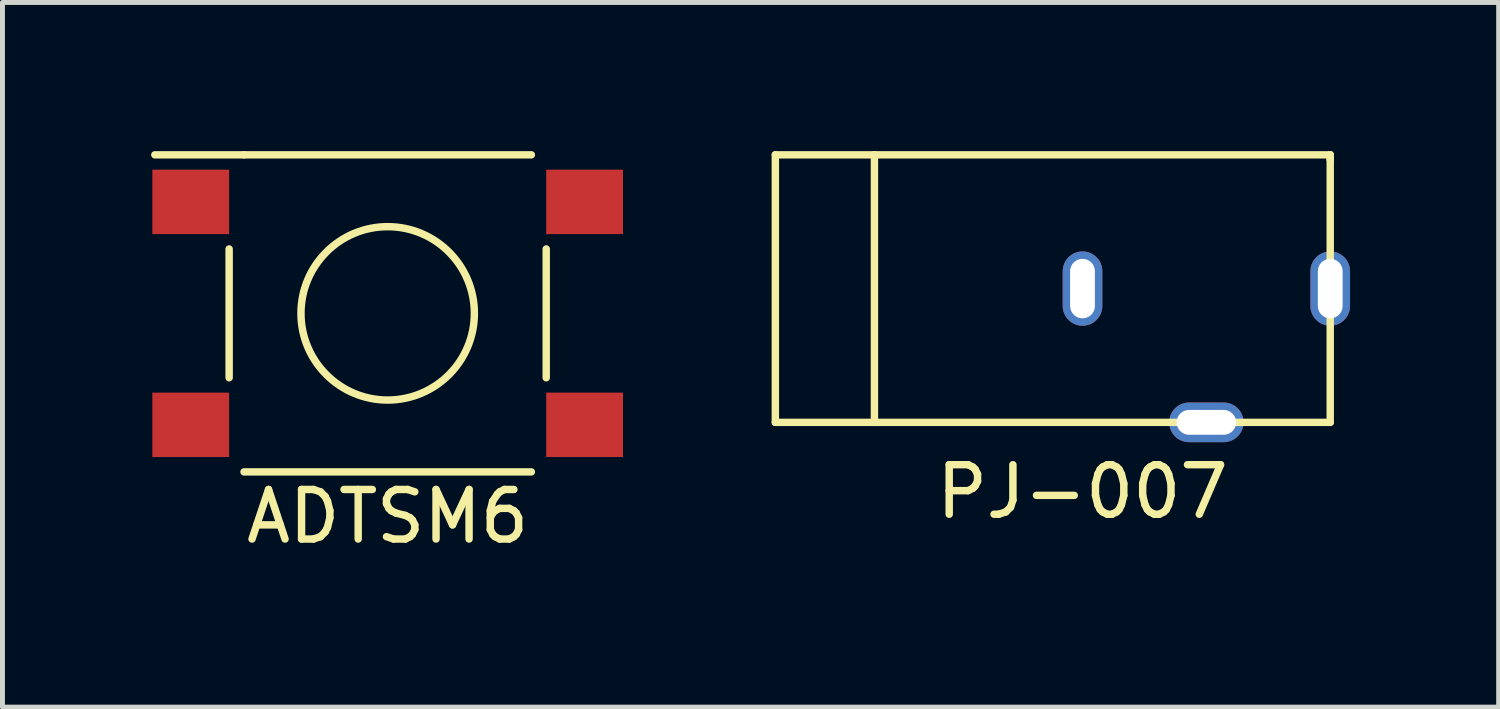
<source format=kicad_pcb>
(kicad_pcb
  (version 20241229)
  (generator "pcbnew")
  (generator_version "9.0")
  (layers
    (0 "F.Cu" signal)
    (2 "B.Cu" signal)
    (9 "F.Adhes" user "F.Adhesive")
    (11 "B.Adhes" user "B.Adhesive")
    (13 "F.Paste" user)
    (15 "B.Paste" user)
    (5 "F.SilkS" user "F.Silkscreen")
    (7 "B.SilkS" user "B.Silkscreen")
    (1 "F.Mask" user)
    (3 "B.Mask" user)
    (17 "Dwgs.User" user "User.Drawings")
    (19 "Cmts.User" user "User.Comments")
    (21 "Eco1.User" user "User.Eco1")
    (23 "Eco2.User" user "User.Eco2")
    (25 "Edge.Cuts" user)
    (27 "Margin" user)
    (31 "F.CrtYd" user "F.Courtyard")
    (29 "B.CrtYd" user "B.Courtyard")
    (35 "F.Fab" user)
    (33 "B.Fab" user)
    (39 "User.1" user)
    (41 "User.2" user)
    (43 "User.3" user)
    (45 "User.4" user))
  (footprint "PJ-007"
    (layer "F.Cu")
    (at 18.8 2.775)
    (property "Reference" "PJ-007" (at 0 4.1 0) (layer "F.SilkS") (effects (font (size 1 1) (thickness 0.15))))
    (attr through_hole)
    (fp_line (start -6.2 -2.7) (end -6.2 2.7) (stroke (width 0.15) (type solid)) (layer "F.SilkS"))
    (fp_line (start -6.2 2.7) (end -4.2 2.7) (stroke (width 0.15) (type solid)) (layer "F.SilkS"))
    (fp_line (start -4.2 -2.7) (end -6.2 -2.7) (stroke (width 0.15) (type solid)) (layer "F.SilkS"))
    (fp_line (start -4.2 -2.7) (end 5 -2.7) (stroke (width 0.15) (type solid)) (layer "F.SilkS"))
    (fp_line (start -4.2 2.7) (end -4.2 -2.7) (stroke (width 0.15) (type solid)) (layer "F.SilkS"))
    (fp_line (start -4.2 2.7) (end 5 2.7) (stroke (width 0.15) (type solid)) (layer "F.SilkS"))
    (fp_line (start 5 -2.7) (end 5 -2.6) (stroke (width 0.15) (type solid)) (layer "F.SilkS"))
    (fp_line (start 5 2.7) (end 5 -2.7) (stroke (width 0.15) (type solid)) (layer "F.SilkS"))
    (pad "1" thru_hole oval (at 5 0) (size 0.8 1.5) (drill oval 0.5 1.2) (layers "*.Cu" "*.Mask"))
    (pad "2" thru_hole oval (at 0 0) (size 0.8 1.5) (drill oval 0.5 1.2) (layers "*.Cu" "*.Mask"))
    (pad "3" thru_hole oval (at 2.5 2.7 90) (size 0.8 1.5) (drill oval 0.5 1.2) (layers "*.Cu" "*.Mask")))
  (footprint "ADTSM6"
    (layer "F.Cu")
    (at 4.775 3.275)
    (property "Reference" "ADTSM6" (at 0 4.1 0) (layer "F.SilkS") (effects (font (size 1 1) (thickness 0.15))))
    (attr through_hole)
    (fp_line (start -3.2 1.3) (end -3.2 -1.3) (stroke (width 0.15) (type solid)) (layer "F.SilkS"))
    (fp_line (start -2.9 -3.2) (end -4.7 -3.2) (stroke (width 0.15) (type solid)) (layer "F.SilkS"))
    (fp_line (start -2.9 -3.2) (end 2.9 -3.2) (stroke (width 0.15) (type solid)) (layer "F.SilkS"))
    (fp_line (start -2.9 3.2) (end 2.9 3.2) (stroke (width 0.15) (type solid)) (layer "F.SilkS"))
    (fp_line (start 3.2 1.3) (end 3.2 -1.3) (stroke (width 0.15) (type solid)) (layer "F.SilkS"))
    (fp_circle (center 0 0) (end 1.75 0) (stroke (width 0.15) (type solid)) (fill no) (layer "F.SilkS"))
    (pad "1" smd rect (at -3.975 -2.25) (size 1.55 1.3) (layers "F.Cu" "F.Mask" "F.Paste"))
    (pad "1" smd rect (at 3.975 -2.25) (size 1.55 1.3) (layers "F.Cu" "F.Mask" "F.Paste"))
    (pad "2" smd rect (at -3.975 2.25) (size 1.55 1.3) (layers "F.Cu" "F.Mask" "F.Paste"))
    (pad "2" smd rect (at 3.975 2.25) (size 1.55 1.3) (layers "F.Cu" "F.Mask" "F.Paste")))
  (gr_rect
    (start -3 -3)
    (end 27.2 11.223)
    (stroke (width 0.1) (type default))
    (fill no)
    (layer "Edge.Cuts")))
</source>
